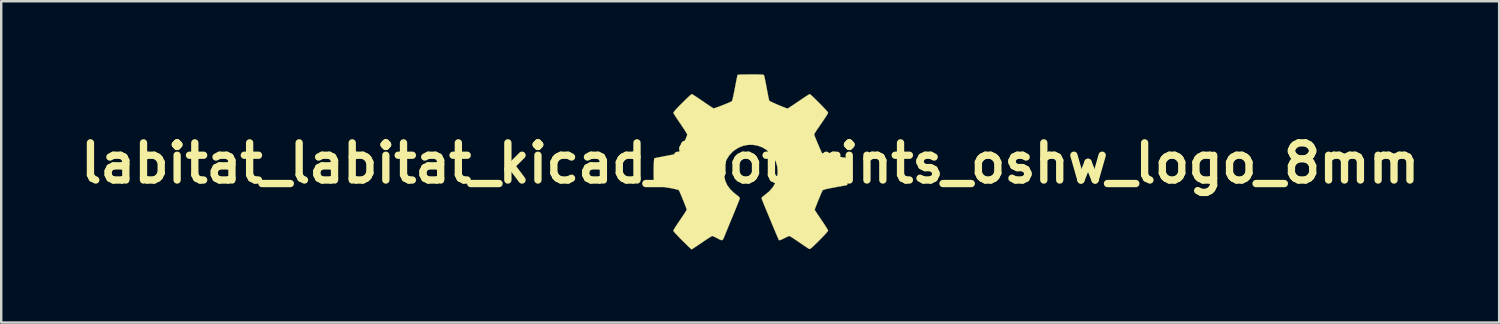
<source format=kicad_pcb>
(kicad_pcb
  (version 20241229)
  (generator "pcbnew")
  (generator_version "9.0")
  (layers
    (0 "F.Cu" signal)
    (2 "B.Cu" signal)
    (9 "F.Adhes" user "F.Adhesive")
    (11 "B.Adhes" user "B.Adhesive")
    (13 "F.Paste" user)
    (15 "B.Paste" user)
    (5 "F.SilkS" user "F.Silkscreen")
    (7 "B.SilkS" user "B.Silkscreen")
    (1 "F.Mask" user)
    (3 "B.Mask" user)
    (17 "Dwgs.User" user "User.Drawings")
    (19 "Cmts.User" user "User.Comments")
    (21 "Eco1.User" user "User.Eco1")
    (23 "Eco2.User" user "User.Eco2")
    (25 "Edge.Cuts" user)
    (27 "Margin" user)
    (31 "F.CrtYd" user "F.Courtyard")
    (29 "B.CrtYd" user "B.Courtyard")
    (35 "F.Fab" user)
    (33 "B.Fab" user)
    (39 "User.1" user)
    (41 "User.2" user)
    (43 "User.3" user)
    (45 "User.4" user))
  (footprint "labitat_labitat_kicad_footprints_oshw_logo_8mm"
    (layer "F.Cu")
    (at 27.73 3.646)
    (property "Reference" "labitat_labitat_kicad_footprints_oshw_logo_8mm" (at 0 0 0) (layer "F.SilkS") (effects (font (size 1.524 1.524) (thickness 0.3))))
    (attr through_hole)
    (fp_poly (pts (xy 0.186 -3.641) (xy 0.311 -3.64) (xy 0.405 -3.639) (xy 0.471 -3.636) (xy 0.515 -3.631) (xy 0.543 -3.625) (xy 0.558 -3.615) (xy 0.567 -3.603) (xy 0.571 -3.593) (xy 0.581 -3.559) (xy 0.596 -3.49) (xy 0.616 -3.392) (xy 0.64 -3.273) (xy 0.665 -3.139) (xy 0.678 -3.07) (xy 0.704 -2.932) (xy 0.728 -2.807) (xy 0.749 -2.702) (xy 0.767 -2.622) (xy 0.778 -2.574) (xy 0.782 -2.564) (xy 0.805 -2.548) (xy 0.86 -2.52) (xy 0.939 -2.483) (xy 1.035 -2.44) (xy 1.14 -2.395) (xy 1.246 -2.35) (xy 1.345 -2.31) (xy 1.431 -2.276) (xy 1.496 -2.253) (xy 1.531 -2.244) (xy 1.532 -2.244) (xy 1.556 -2.255) (xy 1.609 -2.288) (xy 1.686 -2.338) (xy 1.784 -2.402) (xy 1.896 -2.478) (xy 1.988 -2.54) (xy 2.108 -2.622) (xy 2.217 -2.695) (xy 2.31 -2.756) (xy 2.383 -2.802) (xy 2.429 -2.83) (xy 2.443 -2.836) (xy 2.466 -2.822) (xy 2.513 -2.781) (xy 2.578 -2.72) (xy 2.658 -2.643) (xy 2.746 -2.556) (xy 2.839 -2.463) (xy 2.93 -2.37) (xy 3.015 -2.281) (xy 3.09 -2.202) (xy 3.148 -2.137) (xy 3.185 -2.092) (xy 3.196 -2.074) (xy 3.186 -2.047) (xy 3.157 -1.993) (xy 3.106 -1.912) (xy 3.033 -1.802) (xy 2.938 -1.661) (xy 2.819 -1.488) (xy 2.76 -1.404) (xy 2.705 -1.323) (xy 2.661 -1.252) (xy 2.633 -1.201) (xy 2.625 -1.178) (xy 2.633 -1.151) (xy 2.655 -1.093) (xy 2.687 -1.011) (xy 2.727 -0.914) (xy 2.772 -0.807) (xy 2.817 -0.7) (xy 2.861 -0.599) (xy 2.899 -0.513) (xy 2.928 -0.448) (xy 2.947 -0.413) (xy 2.949 -0.409) (xy 2.972 -0.402) (xy 3.031 -0.389) (xy 3.12 -0.371) (xy 3.232 -0.348) (xy 3.363 -0.323) (xy 3.451 -0.306) (xy 3.591 -0.28) (xy 3.718 -0.255) (xy 3.826 -0.234) (xy 3.908 -0.218) (xy 3.958 -0.207) (xy 3.971 -0.203) (xy 3.98 -0.193) (xy 3.987 -0.167) (xy 3.993 -0.121) (xy 3.997 -0.05) (xy 3.999 0.049) (xy 4 0.183) (xy 4 0.347) (xy 4 0.513) (xy 3.999 0.641) (xy 3.998 0.736) (xy 3.995 0.804) (xy 3.99 0.849) (xy 3.984 0.877) (xy 3.975 0.891) (xy 3.963 0.897) (xy 3.927 0.906) (xy 3.86 0.919) (xy 3.775 0.935) (xy 3.736 0.942) (xy 3.53 0.979) (xy 3.362 1.011) (xy 3.229 1.037) (xy 3.127 1.059) (xy 3.054 1.078) (xy 3.005 1.094) (xy 2.977 1.107) (xy 2.97 1.114) (xy 2.955 1.142) (xy 2.929 1.201) (xy 2.893 1.284) (xy 2.852 1.384) (xy 2.807 1.492) (xy 2.763 1.601) (xy 2.722 1.705) (xy 2.687 1.795) (xy 2.661 1.864) (xy 2.647 1.904) (xy 2.646 1.911) (xy 2.657 1.932) (xy 2.69 1.983) (xy 2.739 2.059) (xy 2.803 2.154) (xy 2.877 2.263) (xy 2.921 2.328) (xy 3 2.444) (xy 3.07 2.55) (xy 3.128 2.642) (xy 3.17 2.712) (xy 3.193 2.756) (xy 3.196 2.767) (xy 3.181 2.793) (xy 3.14 2.845) (xy 3.074 2.918) (xy 2.989 3.009) (xy 2.887 3.113) (xy 2.828 3.172) (xy 2.713 3.286) (xy 2.624 3.373) (xy 2.557 3.437) (xy 2.507 3.48) (xy 2.472 3.506) (xy 2.447 3.518) (xy 2.428 3.519) (xy 2.412 3.513) (xy 2.412 3.513) (xy 2.38 3.494) (xy 2.32 3.454) (xy 2.237 3.399) (xy 2.137 3.331) (xy 2.027 3.255) (xy 1.998 3.236) (xy 1.888 3.161) (xy 1.788 3.095) (xy 1.705 3.041) (xy 1.644 3.003) (xy 1.61 2.986) (xy 1.606 2.985) (xy 1.577 2.994) (xy 1.52 3.019) (xy 1.444 3.055) (xy 1.391 3.082) (xy 1.306 3.123) (xy 1.238 3.151) (xy 1.194 3.162) (xy 1.184 3.161) (xy 1.171 3.137) (xy 1.145 3.079) (xy 1.107 2.992) (xy 1.059 2.881) (xy 1.004 2.751) (xy 0.943 2.606) (xy 0.92 2.55) (xy 0.852 2.386) (xy 0.784 2.222) (xy 0.719 2.065) (xy 0.66 1.922) (xy 0.61 1.803) (xy 0.573 1.714) (xy 0.57 1.708) (xy 0.531 1.611) (xy 0.498 1.527) (xy 0.475 1.464) (xy 0.466 1.431) (xy 0.466 1.429) (xy 0.482 1.404) (xy 0.525 1.363) (xy 0.585 1.315) (xy 0.598 1.306) (xy 0.783 1.154) (xy 0.927 0.988) (xy 1.033 0.808) (xy 1.099 0.613) (xy 1.127 0.401) (xy 1.129 0.349) (xy 1.111 0.138) (xy 1.056 -0.057) (xy 0.961 -0.238) (xy 0.827 -0.408) (xy 0.826 -0.409) (xy 0.667 -0.549) (xy 0.491 -0.654) (xy 0.301 -0.722) (xy 0.104 -0.755) (xy -0.096 -0.752) (xy -0.293 -0.712) (xy -0.483 -0.636) (xy -0.659 -0.523) (xy -0.719 -0.473) (xy -0.866 -0.314) (xy -0.975 -0.137) (xy -1.046 0.057) (xy -1.078 0.268) (xy -1.079 0.336) (xy -1.064 0.548) (xy -1.018 0.738) (xy -0.937 0.91) (xy -0.819 1.069) (xy -0.663 1.219) (xy -0.571 1.292) (xy -0.504 1.344) (xy -0.453 1.391) (xy -0.426 1.423) (xy -0.423 1.431) (xy -0.431 1.457) (xy -0.453 1.517) (xy -0.488 1.607) (xy -0.534 1.722) (xy -0.588 1.857) (xy -0.65 2.007) (xy -0.701 2.133) (xy -0.77 2.299) (xy -0.837 2.46) (xy -0.898 2.61) (xy -0.953 2.742) (xy -0.997 2.851) (xy -1.03 2.931) (xy -1.043 2.963) (xy -1.083 3.061) (xy -1.115 3.124) (xy -1.147 3.154) (xy -1.189 3.156) (xy -1.248 3.133) (xy -1.334 3.088) (xy -1.345 3.082) (xy -1.426 3.041) (xy -1.495 3.008) (xy -1.542 2.988) (xy -1.556 2.985) (xy -1.581 2.996) (xy -1.635 3.028) (xy -1.714 3.078) (xy -1.811 3.141) (xy -1.922 3.215) (xy -1.987 3.26) (xy -2.103 3.338) (xy -2.207 3.408) (xy -2.294 3.465) (xy -2.359 3.508) (xy -2.398 3.531) (xy -2.406 3.535) (xy -2.424 3.521) (xy -2.469 3.48) (xy -2.534 3.418) (xy -2.617 3.338) (xy -2.712 3.245) (xy -2.787 3.17) (xy -2.889 3.068) (xy -2.98 2.973) (xy -3.056 2.891) (xy -3.113 2.827) (xy -3.146 2.784) (xy -3.154 2.769) (xy -3.142 2.742) (xy -3.11 2.685) (xy -3.06 2.605) (xy -2.995 2.507) (xy -2.921 2.395) (xy -2.879 2.335) (xy -2.801 2.219) (xy -2.731 2.115) (xy -2.673 2.027) (xy -2.631 1.96) (xy -2.607 1.919) (xy -2.604 1.911) (xy -2.612 1.88) (xy -2.633 1.819) (xy -2.665 1.734) (xy -2.704 1.633) (xy -2.748 1.523) (xy -2.793 1.412) (xy -2.836 1.308) (xy -2.875 1.218) (xy -2.906 1.149) (xy -2.926 1.11) (xy -2.93 1.105) (xy -2.958 1.093) (xy -3.021 1.076) (xy -3.113 1.054) (xy -3.228 1.03) (xy -3.36 1.004) (xy -3.431 0.991) (xy -3.568 0.965) (xy -3.693 0.941) (xy -3.797 0.919) (xy -3.876 0.901) (xy -3.922 0.888) (xy -3.932 0.884) (xy -3.941 0.856) (xy -3.948 0.794) (xy -3.954 0.704) (xy -3.958 0.593) (xy -3.96 0.468) (xy -3.961 0.337) (xy -3.96 0.206) (xy -3.957 0.082) (xy -3.952 -0.028) (xy -3.946 -0.116) (xy -3.939 -0.177) (xy -3.929 -0.203) (xy -3.929 -0.203) (xy -3.901 -0.21) (xy -3.837 -0.223) (xy -3.744 -0.242) (xy -3.628 -0.264) (xy -3.495 -0.29) (xy -3.408 -0.306) (xy -3.269 -0.333) (xy -3.144 -0.358) (xy -3.038 -0.38) (xy -2.959 -0.398) (xy -2.911 -0.411) (xy -2.9 -0.416) (xy -2.884 -0.443) (xy -2.856 -0.503) (xy -2.819 -0.585) (xy -2.776 -0.684) (xy -2.731 -0.79) (xy -2.686 -0.897) (xy -2.646 -0.997) (xy -2.613 -1.081) (xy -2.591 -1.143) (xy -2.582 -1.174) (xy -2.582 -1.174) (xy -2.594 -1.201) (xy -2.626 -1.258) (xy -2.676 -1.339) (xy -2.74 -1.438) (xy -2.815 -1.55) (xy -2.86 -1.616) (xy -2.94 -1.734) (xy -3.012 -1.841) (xy -3.072 -1.933) (xy -3.117 -2.004) (xy -3.144 -2.049) (xy -3.149 -2.061) (xy -3.144 -2.082) (xy -3.121 -2.118) (xy -3.076 -2.173) (xy -3.007 -2.248) (xy -2.912 -2.347) (xy -2.792 -2.468) (xy -2.689 -2.57) (xy -2.595 -2.661) (xy -2.515 -2.737) (xy -2.452 -2.794) (xy -2.411 -2.828) (xy -2.398 -2.836) (xy -2.374 -2.825) (xy -2.32 -2.792) (xy -2.242 -2.742) (xy -2.144 -2.678) (xy -2.033 -2.602) (xy -1.953 -2.548) (xy -1.834 -2.466) (xy -1.726 -2.393) (xy -1.633 -2.331) (xy -1.562 -2.285) (xy -1.516 -2.257) (xy -1.502 -2.25) (xy -1.474 -2.255) (xy -1.414 -2.274) (xy -1.331 -2.303) (xy -1.232 -2.34) (xy -1.125 -2.381) (xy -1.019 -2.424) (xy -0.92 -2.465) (xy -0.836 -2.501) (xy -0.776 -2.53) (xy -0.748 -2.547) (xy -0.737 -2.574) (xy -0.72 -2.637) (xy -0.699 -2.729) (xy -0.674 -2.845) (xy -0.647 -2.979) (xy -0.626 -3.087) (xy -0.599 -3.229) (xy -0.574 -3.359) (xy -0.552 -3.468) (xy -0.534 -3.552) (xy -0.522 -3.605) (xy -0.518 -3.621) (xy -0.494 -3.627) (xy -0.433 -3.632) (xy -0.339 -3.636) (xy -0.22 -3.639) (xy -0.078 -3.64) (xy 0.023 -3.641) (xy 0.186 -3.641)) (stroke (width 0.01) (type solid)) (fill yes) (layer "F.SilkS")))
  (gr_rect
    (start -3 -3)
    (end 58.459 10.185)
    (stroke (width 0.1) (type default))
    (fill no)
    (layer "Edge.Cuts")))
</source>
